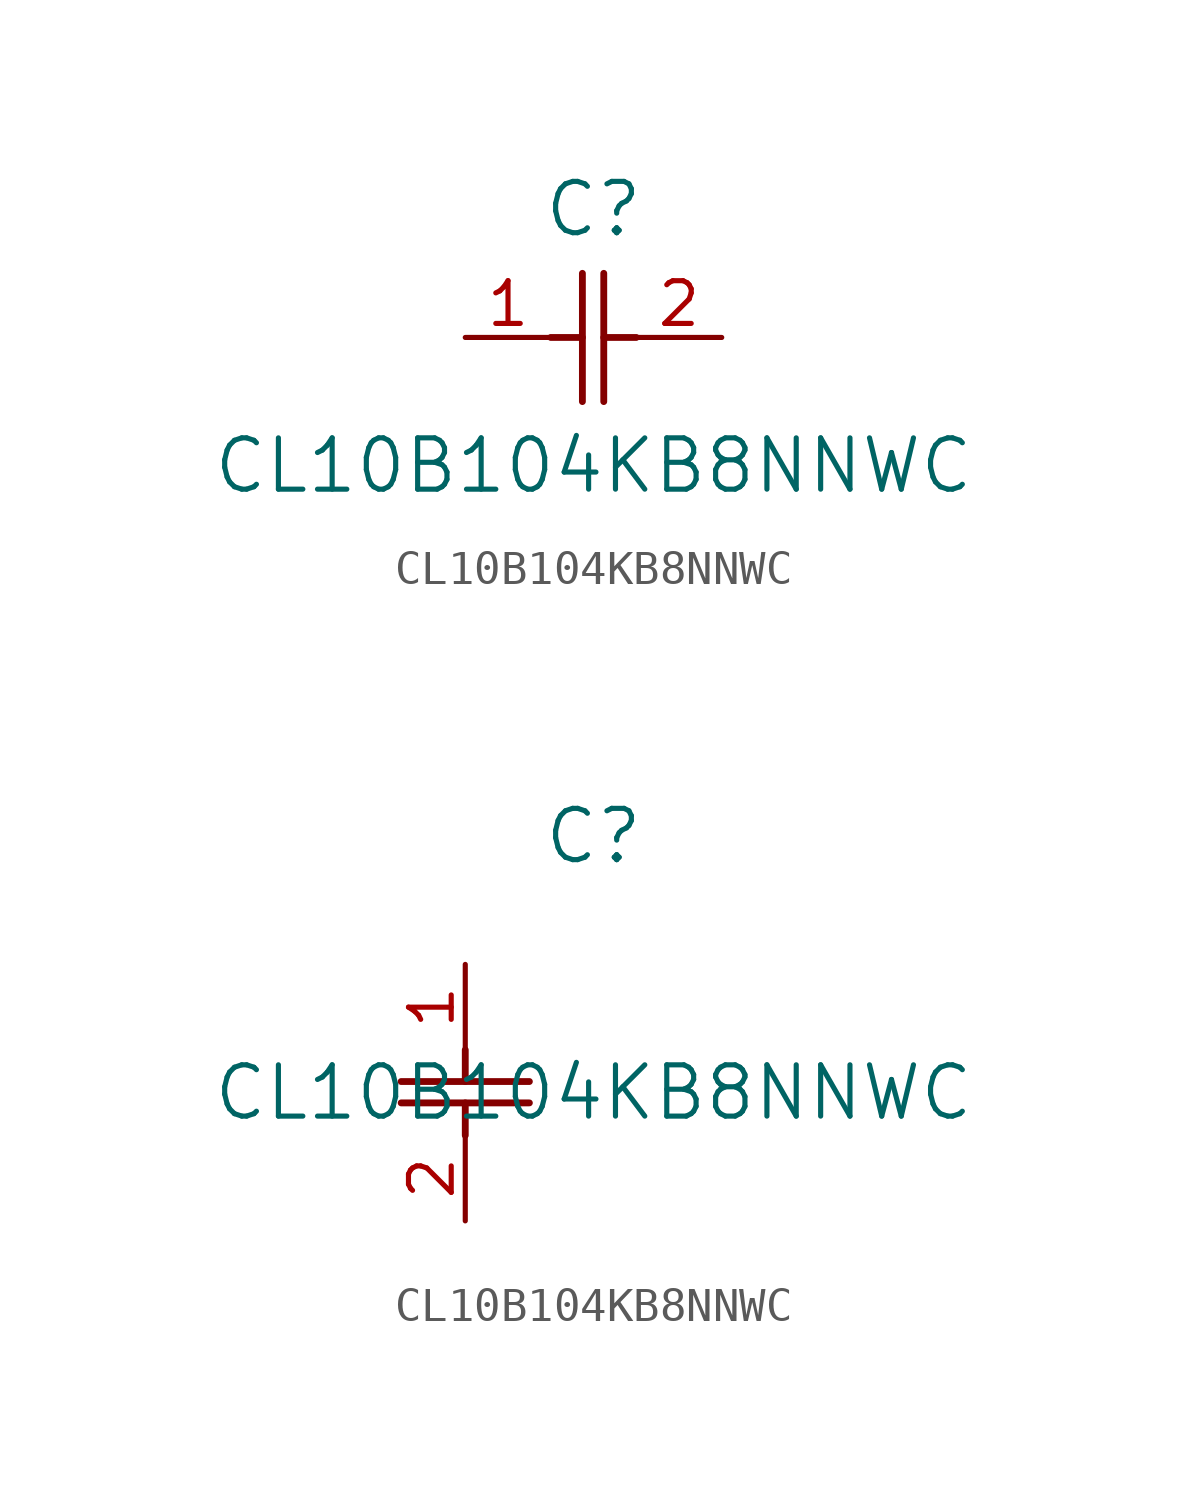
<source format=kicad_sym>
(kicad_symbol_lib
  (version 20211014)
  (generator kicad_symbol_editor)
  (symbol "CL10B104KB8NNWC"
    (pin_names
      (offset 0.254))
    (property "Reference" "C"
      (at 3.81 3.81 0)
      (effects (font (size 1.524 1.524))))
    (property "Value" "CL10B104KB8NNWC"
      (at 3.81 -3.81 0)
      (effects (font (size 1.524 1.524))))
    (symbol "CL10B104KB8NNWC_1_1"
      (polyline (pts (xy 3.48 -1.905) (xy 3.48 1.905)) (stroke (width 0.203) (type default) (color 0 0 0 0)) (fill (type none)))
      (polyline (pts (xy 4.115 -1.905) (xy 4.115 1.905)) (stroke (width 0.203) (type default) (color 0 0 0 0)) (fill (type none)))
      (polyline (pts (xy 4.115 0) (xy 5.08 0)) (stroke (width 0.203) (type default) (color 0 0 0 0)) (fill (type none)))
      (polyline (pts (xy 2.54 0) (xy 3.48 0)) (stroke (width 0.203) (type default) (color 0 0 0 0)) (fill (type none)))
      (pin unspecified line (at 0 0 0) (length 2.54) (name "" (effects (font (size 1.27 1.27)))) (number "1" (effects (font (size 1.27 1.27)))))
      (pin unspecified line (at 7.62 0 180) (length 2.54) (name "" (effects (font (size 1.27 1.27)))) (number "2" (effects (font (size 1.27 1.27))))))
    (symbol "CL10B104KB8NNWC_1_2"
      (polyline (pts (xy -1.905 -3.48) (xy 1.905 -3.48)) (stroke (width 0.203) (type default) (color 0 0 0 0)) (fill (type none)))
      (polyline (pts (xy -1.905 -4.115) (xy 1.905 -4.115)) (stroke (width 0.203) (type default) (color 0 0 0 0)) (fill (type none)))
      (polyline (pts (xy 0 -4.115) (xy 0 -5.08)) (stroke (width 0.203) (type default) (color 0 0 0 0)) (fill (type none)))
      (polyline (pts (xy 0 -2.54) (xy 0 -3.48)) (stroke (width 0.203) (type default) (color 0 0 0 0)) (fill (type none)))
      (pin unspecified line (at 0 0 270) (length 2.54) (name "" (effects (font (size 1.27 1.27)))) (number "1" (effects (font (size 1.27 1.27)))))
      (pin unspecified line (at 0 -7.62 90) (length 2.54) (name "" (effects (font (size 1.27 1.27)))) (number "2" (effects (font (size 1.27 1.27))))))))
</source>
